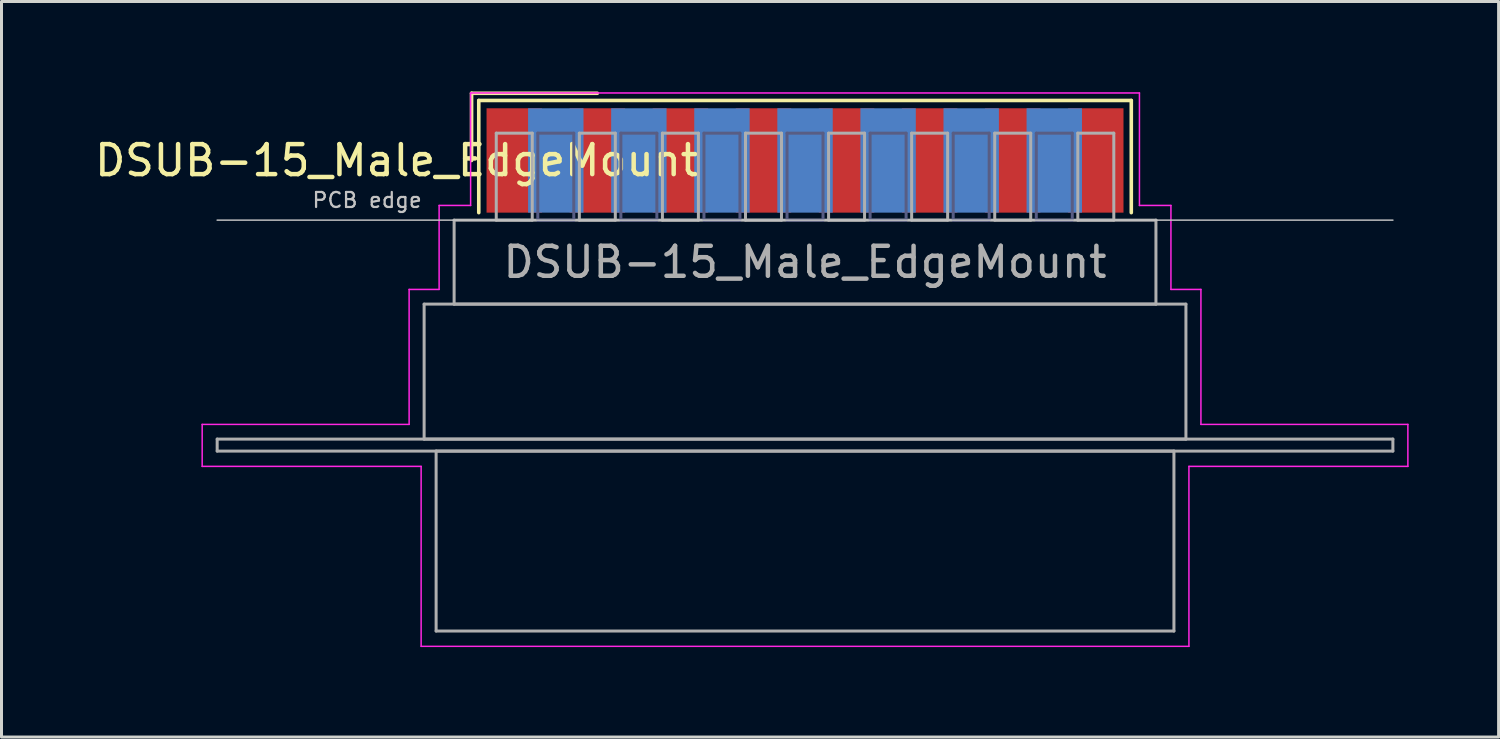
<source format=kicad_pcb>
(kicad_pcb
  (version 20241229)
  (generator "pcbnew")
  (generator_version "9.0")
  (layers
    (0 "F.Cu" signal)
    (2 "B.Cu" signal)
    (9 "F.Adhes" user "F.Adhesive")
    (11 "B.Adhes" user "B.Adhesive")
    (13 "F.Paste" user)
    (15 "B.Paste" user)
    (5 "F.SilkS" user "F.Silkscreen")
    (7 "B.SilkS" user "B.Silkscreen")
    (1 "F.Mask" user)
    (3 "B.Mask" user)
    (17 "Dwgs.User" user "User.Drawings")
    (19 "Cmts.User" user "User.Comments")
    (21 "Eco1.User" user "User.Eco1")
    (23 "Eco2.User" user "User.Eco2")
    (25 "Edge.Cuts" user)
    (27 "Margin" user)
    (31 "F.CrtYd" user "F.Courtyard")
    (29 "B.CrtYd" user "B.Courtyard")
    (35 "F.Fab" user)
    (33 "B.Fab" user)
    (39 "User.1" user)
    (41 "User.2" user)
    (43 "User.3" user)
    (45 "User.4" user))
  (footprint "DSUB-15_Male_EdgeMount"
    (layer "F.Cu")
    (at 23.791 2.3)
    (property "Reference" "DSUB-15_Male_EdgeMount" (at -13.618 0 0) (layer "F.SilkS") (effects (font (size 1 1) (thickness 0.15))))
    (attr smd)
    (fp_line (start -11.118 -2.24) (end -6.925 -2.24) (stroke (width 0.12) (type solid)) (layer "F.SilkS"))
    (fp_line (start -11.118 0) (end -11.118 -2.24) (stroke (width 0.12) (type solid)) (layer "F.SilkS"))
    (fp_line (start -10.878 -2) (end -10.878 1.74) (stroke (width 0.12) (type solid)) (layer "F.SilkS"))
    (fp_line (start 10.878 -2) (end -10.878 -2) (stroke (width 0.12) (type solid)) (layer "F.SilkS"))
    (fp_line (start 10.878 1.74) (end 10.878 -2) (stroke (width 0.12) (type solid)) (layer "F.SilkS"))
    (fp_line (start -19.6 1.99) (end 19.6 1.99) (stroke (width 0.05) (type solid)) (layer "Dwgs.User"))
    (fp_line (start -20.1 8.8) (end -13.2 8.8) (stroke (width 0.05) (type solid)) (layer "F.CrtYd"))
    (fp_line (start -20.1 10.2) (end -20.1 8.8) (stroke (width 0.05) (type solid)) (layer "F.CrtYd"))
    (fp_line (start -13.2 4.3) (end -12.2 4.3) (stroke (width 0.05) (type solid)) (layer "F.CrtYd"))
    (fp_line (start -13.2 8.8) (end -13.2 4.3) (stroke (width 0.05) (type solid)) (layer "F.CrtYd"))
    (fp_line (start -12.8 10.2) (end -20.1 10.2) (stroke (width 0.05) (type solid)) (layer "F.CrtYd"))
    (fp_line (start -12.8 16.2) (end -12.8 10.2) (stroke (width 0.05) (type solid)) (layer "F.CrtYd"))
    (fp_line (start -12.2 1.5) (end -11.15 1.5) (stroke (width 0.05) (type solid)) (layer "F.CrtYd"))
    (fp_line (start -12.2 4.3) (end -12.2 1.5) (stroke (width 0.05) (type solid)) (layer "F.CrtYd"))
    (fp_line (start -11.15 -2.25) (end 11.15 -2.25) (stroke (width 0.05) (type solid)) (layer "F.CrtYd"))
    (fp_line (start -11.15 1.5) (end -11.15 -2.25) (stroke (width 0.05) (type solid)) (layer "F.CrtYd"))
    (fp_line (start 11.15 -2.25) (end 11.15 1.5) (stroke (width 0.05) (type solid)) (layer "F.CrtYd"))
    (fp_line (start 11.15 1.5) (end 12.2 1.5) (stroke (width 0.05) (type solid)) (layer "F.CrtYd"))
    (fp_line (start 12.2 1.5) (end 12.2 4.3) (stroke (width 0.05) (type solid)) (layer "F.CrtYd"))
    (fp_line (start 12.2 4.3) (end 13.2 4.3) (stroke (width 0.05) (type solid)) (layer "F.CrtYd"))
    (fp_line (start 12.8 10.2) (end 12.8 16.2) (stroke (width 0.05) (type solid)) (layer "F.CrtYd"))
    (fp_line (start 12.8 16.2) (end -12.8 16.2) (stroke (width 0.05) (type solid)) (layer "F.CrtYd"))
    (fp_line (start 13.2 4.3) (end 13.2 8.8) (stroke (width 0.05) (type solid)) (layer "F.CrtYd"))
    (fp_line (start 13.2 8.8) (end 20.1 8.8) (stroke (width 0.05) (type solid)) (layer "F.CrtYd"))
    (fp_line (start 20.1 8.8) (end 20.1 10.2) (stroke (width 0.05) (type solid)) (layer "F.CrtYd"))
    (fp_line (start 20.1 10.2) (end 12.8 10.2) (stroke (width 0.05) (type solid)) (layer "F.CrtYd"))
    (fp_line (start -8.91 -0.91) (end -8.91 1.99) (stroke (width 0.1) (type solid)) (layer "B.Fab"))
    (fp_line (start -8.91 1.99) (end -7.71 1.99) (stroke (width 0.1) (type solid)) (layer "B.Fab"))
    (fp_line (start -7.71 -0.91) (end -8.91 -0.91) (stroke (width 0.1) (type solid)) (layer "B.Fab"))
    (fp_line (start -7.71 1.99) (end -7.71 -0.91) (stroke (width 0.1) (type solid)) (layer "B.Fab"))
    (fp_line (start -6.14 -0.91) (end -6.14 1.99) (stroke (width 0.1) (type solid)) (layer "B.Fab"))
    (fp_line (start -6.14 1.99) (end -4.94 1.99) (stroke (width 0.1) (type solid)) (layer "B.Fab"))
    (fp_line (start -4.94 -0.91) (end -6.14 -0.91) (stroke (width 0.1) (type solid)) (layer "B.Fab"))
    (fp_line (start -4.94 1.99) (end -4.94 -0.91) (stroke (width 0.1) (type solid)) (layer "B.Fab"))
    (fp_line (start -3.37 -0.91) (end -3.37 1.99) (stroke (width 0.1) (type solid)) (layer "B.Fab"))
    (fp_line (start -3.37 1.99) (end -2.17 1.99) (stroke (width 0.1) (type solid)) (layer "B.Fab"))
    (fp_line (start -2.17 -0.91) (end -3.37 -0.91) (stroke (width 0.1) (type solid)) (layer "B.Fab"))
    (fp_line (start -2.17 1.99) (end -2.17 -0.91) (stroke (width 0.1) (type solid)) (layer "B.Fab"))
    (fp_line (start -0.6 -0.91) (end -0.6 1.99) (stroke (width 0.1) (type solid)) (layer "B.Fab"))
    (fp_line (start -0.6 1.99) (end 0.6 1.99) (stroke (width 0.1) (type solid)) (layer "B.Fab"))
    (fp_line (start 0.6 -0.91) (end -0.6 -0.91) (stroke (width 0.1) (type solid)) (layer "B.Fab"))
    (fp_line (start 0.6 1.99) (end 0.6 -0.91) (stroke (width 0.1) (type solid)) (layer "B.Fab"))
    (fp_line (start 2.17 -0.91) (end 2.17 1.99) (stroke (width 0.1) (type solid)) (layer "B.Fab"))
    (fp_line (start 2.17 1.99) (end 3.37 1.99) (stroke (width 0.1) (type solid)) (layer "B.Fab"))
    (fp_line (start 3.37 -0.91) (end 2.17 -0.91) (stroke (width 0.1) (type solid)) (layer "B.Fab"))
    (fp_line (start 3.37 1.99) (end 3.37 -0.91) (stroke (width 0.1) (type solid)) (layer "B.Fab"))
    (fp_line (start 4.94 -0.91) (end 4.94 1.99) (stroke (width 0.1) (type solid)) (layer "B.Fab"))
    (fp_line (start 4.94 1.99) (end 6.14 1.99) (stroke (width 0.1) (type solid)) (layer "B.Fab"))
    (fp_line (start 6.14 -0.91) (end 4.94 -0.91) (stroke (width 0.1) (type solid)) (layer "B.Fab"))
    (fp_line (start 6.14 1.99) (end 6.14 -0.91) (stroke (width 0.1) (type solid)) (layer "B.Fab"))
    (fp_line (start 7.71 -0.91) (end 7.71 1.99) (stroke (width 0.1) (type solid)) (layer "B.Fab"))
    (fp_line (start 7.71 1.99) (end 8.91 1.99) (stroke (width 0.1) (type solid)) (layer "B.Fab"))
    (fp_line (start 8.91 -0.91) (end 7.71 -0.91) (stroke (width 0.1) (type solid)) (layer "B.Fab"))
    (fp_line (start 8.91 1.99) (end 8.91 -0.91) (stroke (width 0.1) (type solid)) (layer "B.Fab"))
    (fp_line (start -19.6 9.29) (end -19.6 9.69) (stroke (width 0.1) (type solid)) (layer "F.Fab"))
    (fp_line (start -19.6 9.69) (end 19.6 9.69) (stroke (width 0.1) (type solid)) (layer "F.Fab"))
    (fp_line (start -12.7 4.79) (end -12.7 9.29) (stroke (width 0.1) (type solid)) (layer "F.Fab"))
    (fp_line (start -12.7 9.29) (end 12.7 9.29) (stroke (width 0.1) (type solid)) (layer "F.Fab"))
    (fp_line (start -12.3 9.69) (end -12.3 15.69) (stroke (width 0.1) (type solid)) (layer "F.Fab"))
    (fp_line (start -12.3 15.69) (end 12.3 15.69) (stroke (width 0.1) (type solid)) (layer "F.Fab"))
    (fp_line (start -11.7 1.99) (end -11.7 4.79) (stroke (width 0.1) (type solid)) (layer "F.Fab"))
    (fp_line (start -11.7 4.79) (end 11.7 4.79) (stroke (width 0.1) (type solid)) (layer "F.Fab"))
    (fp_line (start -10.295 -0.91) (end -10.295 1.99) (stroke (width 0.1) (type solid)) (layer "F.Fab"))
    (fp_line (start -10.295 1.99) (end -9.095 1.99) (stroke (width 0.1) (type solid)) (layer "F.Fab"))
    (fp_line (start -9.095 -0.91) (end -10.295 -0.91) (stroke (width 0.1) (type solid)) (layer "F.Fab"))
    (fp_line (start -9.095 1.99) (end -9.095 -0.91) (stroke (width 0.1) (type solid)) (layer "F.Fab"))
    (fp_line (start -7.525 -0.91) (end -7.525 1.99) (stroke (width 0.1) (type solid)) (layer "F.Fab"))
    (fp_line (start -7.525 1.99) (end -6.325 1.99) (stroke (width 0.1) (type solid)) (layer "F.Fab"))
    (fp_line (start -6.325 -0.91) (end -7.525 -0.91) (stroke (width 0.1) (type solid)) (layer "F.Fab"))
    (fp_line (start -6.325 1.99) (end -6.325 -0.91) (stroke (width 0.1) (type solid)) (layer "F.Fab"))
    (fp_line (start -4.755 -0.91) (end -4.755 1.99) (stroke (width 0.1) (type solid)) (layer "F.Fab"))
    (fp_line (start -4.755 1.99) (end -3.555 1.99) (stroke (width 0.1) (type solid)) (layer "F.Fab"))
    (fp_line (start -3.555 -0.91) (end -4.755 -0.91) (stroke (width 0.1) (type solid)) (layer "F.Fab"))
    (fp_line (start -3.555 1.99) (end -3.555 -0.91) (stroke (width 0.1) (type solid)) (layer "F.Fab"))
    (fp_line (start -1.985 -0.91) (end -1.985 1.99) (stroke (width 0.1) (type solid)) (layer "F.Fab"))
    (fp_line (start -1.985 1.99) (end -0.785 1.99) (stroke (width 0.1) (type solid)) (layer "F.Fab"))
    (fp_line (start -0.785 -0.91) (end -1.985 -0.91) (stroke (width 0.1) (type solid)) (layer "F.Fab"))
    (fp_line (start -0.785 1.99) (end -0.785 -0.91) (stroke (width 0.1) (type solid)) (layer "F.Fab"))
    (fp_line (start 0.785 -0.91) (end 0.785 1.99) (stroke (width 0.1) (type solid)) (layer "F.Fab"))
    (fp_line (start 0.785 1.99) (end 1.985 1.99) (stroke (width 0.1) (type solid)) (layer "F.Fab"))
    (fp_line (start 1.985 -0.91) (end 0.785 -0.91) (stroke (width 0.1) (type solid)) (layer "F.Fab"))
    (fp_line (start 1.985 1.99) (end 1.985 -0.91) (stroke (width 0.1) (type solid)) (layer "F.Fab"))
    (fp_line (start 3.555 -0.91) (end 3.555 1.99) (stroke (width 0.1) (type solid)) (layer "F.Fab"))
    (fp_line (start 3.555 1.99) (end 4.755 1.99) (stroke (width 0.1) (type solid)) (layer "F.Fab"))
    (fp_line (start 4.755 -0.91) (end 3.555 -0.91) (stroke (width 0.1) (type solid)) (layer "F.Fab"))
    (fp_line (start 4.755 1.99) (end 4.755 -0.91) (stroke (width 0.1) (type solid)) (layer "F.Fab"))
    (fp_line (start 6.325 -0.91) (end 6.325 1.99) (stroke (width 0.1) (type solid)) (layer "F.Fab"))
    (fp_line (start 6.325 1.99) (end 7.525 1.99) (stroke (width 0.1) (type solid)) (layer "F.Fab"))
    (fp_line (start 7.525 -0.91) (end 6.325 -0.91) (stroke (width 0.1) (type solid)) (layer "F.Fab"))
    (fp_line (start 7.525 1.99) (end 7.525 -0.91) (stroke (width 0.1) (type solid)) (layer "F.Fab"))
    (fp_line (start 9.095 -0.91) (end 9.095 1.99) (stroke (width 0.1) (type solid)) (layer "F.Fab"))
    (fp_line (start 9.095 1.99) (end 10.295 1.99) (stroke (width 0.1) (type solid)) (layer "F.Fab"))
    (fp_line (start 10.295 -0.91) (end 9.095 -0.91) (stroke (width 0.1) (type solid)) (layer "F.Fab"))
    (fp_line (start 10.295 1.99) (end 10.295 -0.91) (stroke (width 0.1) (type solid)) (layer "F.Fab"))
    (fp_line (start 11.7 1.99) (end -11.7 1.99) (stroke (width 0.1) (type solid)) (layer "F.Fab"))
    (fp_line (start 11.7 4.79) (end 11.7 1.99) (stroke (width 0.1) (type solid)) (layer "F.Fab"))
    (fp_line (start 12.3 9.69) (end -12.3 9.69) (stroke (width 0.1) (type solid)) (layer "F.Fab"))
    (fp_line (start 12.3 15.69) (end 12.3 9.69) (stroke (width 0.1) (type solid)) (layer "F.Fab"))
    (fp_line (start 12.7 4.79) (end -12.7 4.79) (stroke (width 0.1) (type solid)) (layer "F.Fab"))
    (fp_line (start 12.7 9.29) (end 12.7 4.79) (stroke (width 0.1) (type solid)) (layer "F.Fab"))
    (fp_line (start 19.6 9.29) (end -19.6 9.29) (stroke (width 0.1) (type solid)) (layer "F.Fab"))
    (fp_line (start 19.6 9.69) (end 19.6 9.29) (stroke (width 0.1) (type solid)) (layer "F.Fab"))
    (fp_text user "PCB edge" (at -14.6 1.323 0) (layer "Dwgs.User") (effects (font (size 0.5 0.5) (thickness 0.075))))
    (fp_text user "${REFERENCE}" (at 0 3.39 0) (layer "F.Fab") (effects (font (size 1 1) (thickness 0.15))))
    (pad "1" smd rect (at -9.695 0) (size 1.847 3.48) (layers "F.Cu" "F.Mask" "F.Paste"))
    (pad "2" smd rect (at -6.925 0) (size 1.847 3.48) (layers "F.Cu" "F.Mask" "F.Paste"))
    (pad "3" smd rect (at -4.155 0) (size 1.847 3.48) (layers "F.Cu" "F.Mask" "F.Paste"))
    (pad "4" smd rect (at -1.385 0) (size 1.847 3.48) (layers "F.Cu" "F.Mask" "F.Paste"))
    (pad "5" smd rect (at 1.385 0) (size 1.847 3.48) (layers "F.Cu" "F.Mask" "F.Paste"))
    (pad "6" smd rect (at 4.155 0) (size 1.847 3.48) (layers "F.Cu" "F.Mask" "F.Paste"))
    (pad "7" smd rect (at 6.925 0) (size 1.847 3.48) (layers "F.Cu" "F.Mask" "F.Paste"))
    (pad "8" smd rect (at 9.695 0) (size 1.847 3.48) (layers "F.Cu" "F.Mask" "F.Paste"))
    (pad "9" smd rect (at -8.31 0) (size 1.847 3.48) (layers "B.Cu" "B.Mask" "B.Paste"))
    (pad "10" smd rect (at -5.54 0) (size 1.847 3.48) (layers "B.Cu" "B.Mask" "B.Paste"))
    (pad "11" smd rect (at -2.77 0) (size 1.847 3.48) (layers "B.Cu" "B.Mask" "B.Paste"))
    (pad "12" smd rect (at 0 0) (size 1.847 3.48) (layers "B.Cu" "B.Mask" "B.Paste"))
    (pad "13" smd rect (at 2.77 0) (size 1.847 3.48) (layers "B.Cu" "B.Mask" "B.Paste"))
    (pad "14" smd rect (at 5.54 0) (size 1.847 3.48) (layers "B.Cu" "B.Mask" "B.Paste"))
    (pad "15" smd rect (at 8.31 0) (size 1.847 3.48) (layers "B.Cu" "B.Mask" "B.Paste")))
  (gr_rect
    (start -3 -3)
    (end 46.916 21.525)
    (stroke (width 0.1) (type default))
    (fill no)
    (layer "Edge.Cuts")))
</source>
